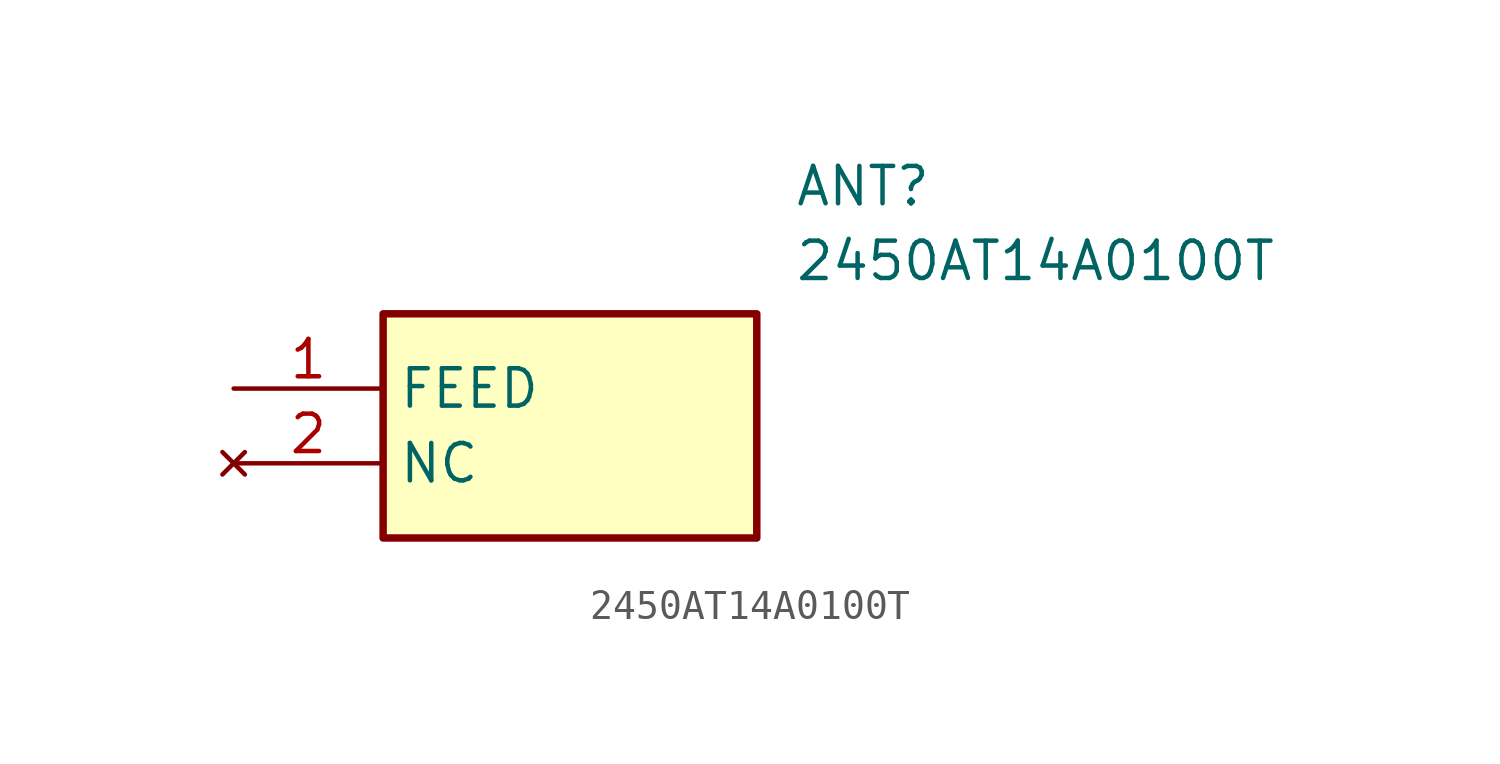
<source format=kicad_sym>
(kicad_symbol_lib
  (version 20220914)
  (generator kicad_symbol_editor)
  (symbol "2450AT14A0100T"
    (property "Reference" "ANT"
      (at 19.05 7.62 0)
      (effects (font (size 1.27 1.27)) (justify left top)))
    (property "Value" "2450AT14A0100T"
      (at 19.05 5.08 0)
      (effects (font (size 1.27 1.27)) (justify left top)))
    (symbol "2450AT14A0100T_1_1"
      (rectangle (start 5.08 2.54) (end 17.78 -5.08) (stroke (width 0.254) (type default)) (fill (type background)))
      (pin input line (at 0 0 0) (length 5.08) (name "FEED" (effects (font (size 1.27 1.27)))) (number "1" (effects (font (size 1.27 1.27)))))
      (pin no_connect line (at 0 -2.54 0) (length 5.08) (name "NC" (effects (font (size 1.27 1.27)))) (number "2" (effects (font (size 1.27 1.27))))))))
</source>
